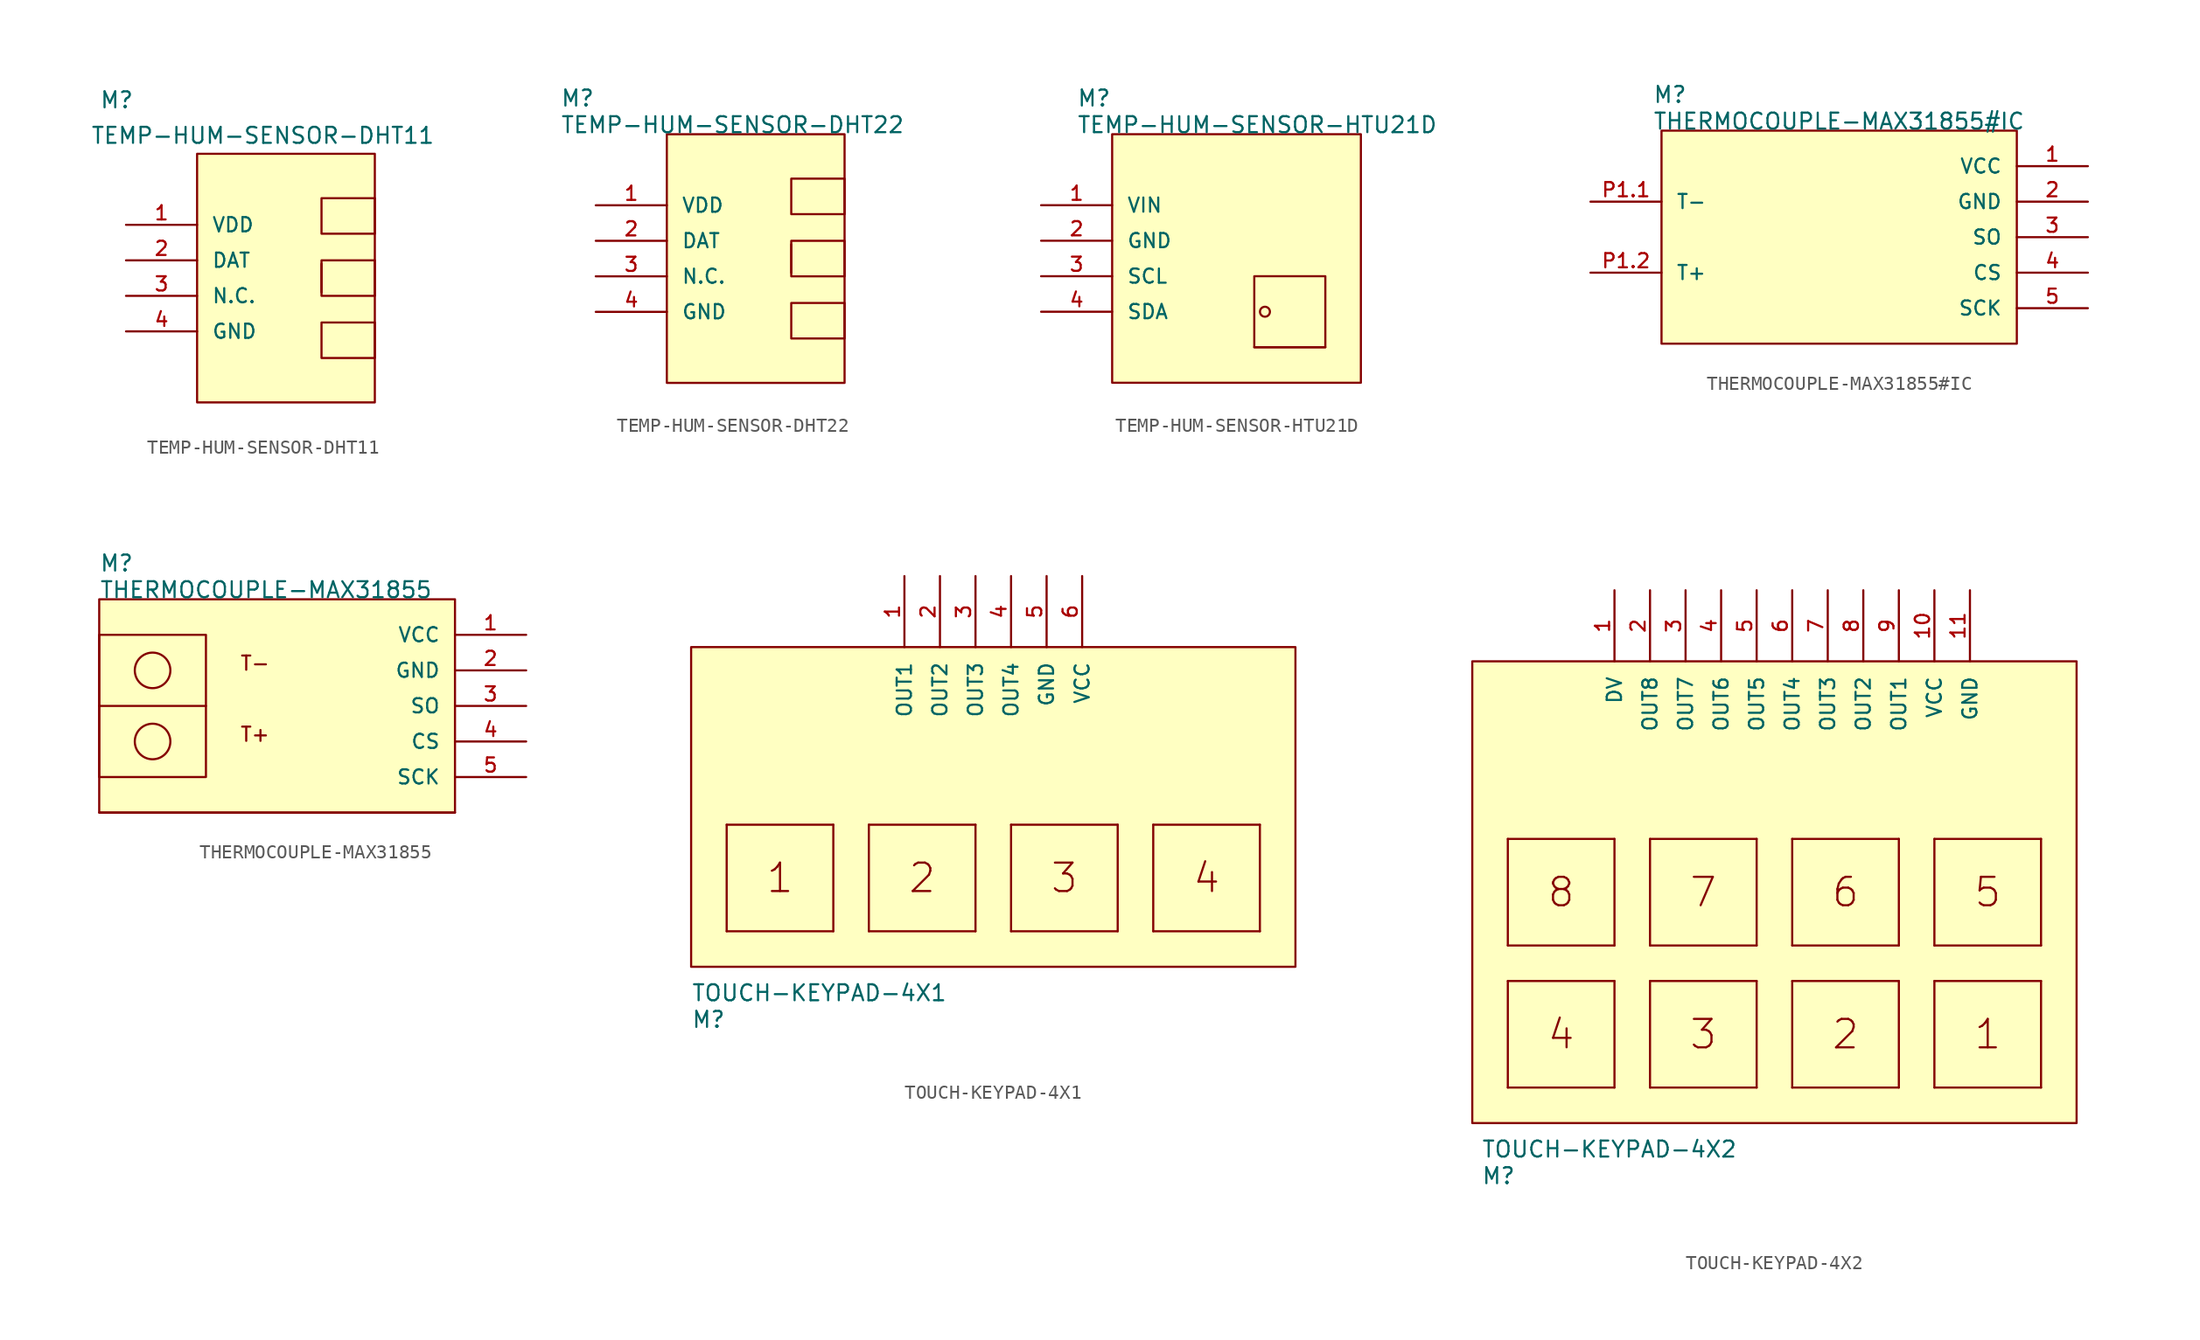
<source format=kicad_sym>
(kicad_symbol_lib
  (version 20211014)
  (generator kicad_symbol_editor)
  (symbol "TEMP-HUM-SENSOR-DHT11"
    (pin_names
      (offset 1.016))
    (property "Reference" "M"
      (at -6.985 12.065 0)
      (effects (font (size 1.143 1.143)) (justify left bottom)))
    (property "Value" "TEMP-HUM-SENSOR-DHT11"
      (at -7.62 9.525 0)
      (effects (font (size 1.143 1.143)) (justify left bottom)))
    (property "ki_locked" ""
      (at 0 0 0)
      (effects (font (size 1.27 1.27))))
    (symbol "TEMP-HUM-SENSOR-DHT11_1_0"
      (polyline (pts (xy 8.89 1.016) (xy 8.89 -1.016)) (stroke (width 0) (type default) (color 0 0 0 0)) (fill (type none)))
      (rectangle (start 0 8.89) (end 12.7 -8.89) (stroke (width 0) (type default) (color 0 0 0 0)) (fill (type background)))
      (rectangle (start 8.89 -3.175) (end 12.7 -5.715) (stroke (width 0) (type default) (color 0 0 0 0)) (fill (type none)))
      (rectangle (start 8.89 1.27) (end 12.7 -1.27) (stroke (width 0) (type default) (color 0 0 0 0)) (fill (type none)))
      (rectangle (start 8.89 5.715) (end 12.7 3.175) (stroke (width 0) (type default) (color 0 0 0 0)) (fill (type none))))
    (symbol "TEMP-HUM-SENSOR-DHT11_1_1"
      (pin power_in line (at -5.08 3.81 0) (length 5.08) (name "VDD" (effects (font (size 1.016 1.016)))) (number "1" (effects (font (size 1.016 1.016)))))
      (pin bidirectional line (at -5.08 1.27 0) (length 5.08) (name "DAT" (effects (font (size 1.016 1.016)))) (number "2" (effects (font (size 1.016 1.016)))))
      (pin passive line (at -5.08 -1.27 0) (length 5.08) (name "N.C." (effects (font (size 1.016 1.016)))) (number "3" (effects (font (size 1.016 1.016)))))
      (pin power_in line (at -5.08 -3.81 0) (length 5.08) (name "GND" (effects (font (size 1.016 1.016)))) (number "4" (effects (font (size 1.016 1.016)))))))
  (symbol "TEMP-HUM-SENSOR-DHT22"
    (pin_names
      (offset 1.016))
    (property "Reference" "M"
      (at -7.62 10.795 0)
      (effects (font (size 1.143 1.143)) (justify left bottom)))
    (property "Value" "TEMP-HUM-SENSOR-DHT22"
      (at -7.62 8.89 0)
      (effects (font (size 1.143 1.143)) (justify left bottom)))
    (property "ki_locked" ""
      (at 0 0 0)
      (effects (font (size 1.27 1.27))))
    (symbol "TEMP-HUM-SENSOR-DHT22_1_0"
      (polyline (pts (xy 8.89 1.016) (xy 8.89 -1.016)) (stroke (width 0) (type default) (color 0 0 0 0)) (fill (type none)))
      (rectangle (start 0 8.89) (end 12.7 -8.89) (stroke (width 0) (type default) (color 0 0 0 0)) (fill (type background)))
      (rectangle (start 8.89 -3.175) (end 12.7 -5.715) (stroke (width 0) (type default) (color 0 0 0 0)) (fill (type none)))
      (rectangle (start 8.89 1.27) (end 12.7 -1.27) (stroke (width 0) (type default) (color 0 0 0 0)) (fill (type none)))
      (rectangle (start 8.89 5.715) (end 12.7 3.175) (stroke (width 0) (type default) (color 0 0 0 0)) (fill (type none))))
    (symbol "TEMP-HUM-SENSOR-DHT22_1_1"
      (pin power_in line (at -5.08 3.81 0) (length 5.08) (name "VDD" (effects (font (size 1.016 1.016)))) (number "1" (effects (font (size 1.016 1.016)))))
      (pin bidirectional line (at -5.08 1.27 0) (length 5.08) (name "DAT" (effects (font (size 1.016 1.016)))) (number "2" (effects (font (size 1.016 1.016)))))
      (pin passive line (at -5.08 -1.27 0) (length 5.08) (name "N.C." (effects (font (size 1.016 1.016)))) (number "3" (effects (font (size 1.016 1.016)))))
      (pin power_in line (at -5.08 -3.81 0) (length 5.08) (name "GND" (effects (font (size 1.016 1.016)))) (number "4" (effects (font (size 1.016 1.016)))))))
  (symbol "TEMP-HUM-SENSOR-HTU21D"
    (pin_names
      (offset 1.016))
    (property "Reference" "M"
      (at -2.54 10.795 0)
      (effects (font (size 1.143 1.143)) (justify left bottom)))
    (property "Value" "TEMP-HUM-SENSOR-HTU21D"
      (at -2.54 8.89 0)
      (effects (font (size 1.143 1.143)) (justify left bottom)))
    (property "ki_locked" ""
      (at 0 0 0)
      (effects (font (size 1.27 1.27))))
    (symbol "TEMP-HUM-SENSOR-HTU21D_1_0"
      (polyline (pts (xy 10.16 -6.35) (xy 15.24 -6.35)) (stroke (width 0) (type default) (color 0 0 0 0)) (fill (type none))))
    (symbol "TEMP-HUM-SENSOR-HTU21D_1_1"
      (rectangle (start 0 -8.89) (end 17.78 8.89) (stroke (width 0) (type default) (color 0 0 0 0)) (fill (type background)))
      (rectangle (start 10.16 -6.35) (end 15.24 -1.27) (stroke (width 0) (type default) (color 0 0 0 0)) (fill (type none)))
      (circle (center 10.922 -3.81) (radius 0.356) (stroke (width 0) (type default) (color 0 0 0 0)) (fill (type none)))
      (pin power_in line (at -5.08 3.81 0) (length 5.08) (name "VIN" (effects (font (size 1.016 1.016)))) (number "1" (effects (font (size 1.016 1.016)))))
      (pin power_in line (at -5.08 1.27 0) (length 5.08) (name "GND" (effects (font (size 1.016 1.016)))) (number "2" (effects (font (size 1.016 1.016)))))
      (pin bidirectional line (at -5.08 -1.27 0) (length 5.08) (name "SCL" (effects (font (size 1.016 1.016)))) (number "3" (effects (font (size 1.016 1.016)))))
      (pin bidirectional line (at -5.08 -3.81 0) (length 5.08) (name "SDA" (effects (font (size 1.016 1.016)))) (number "4" (effects (font (size 1.016 1.016)))))))
  (symbol "THERMOCOUPLE-MAX31855#IC"
    (pin_names
      (offset 1.016))
    (property "Reference" "M"
      (at -13.335 9.525 0)
      (effects (font (size 1.143 1.143)) (justify left bottom)))
    (property "Value" "THERMOCOUPLE-MAX31855#IC"
      (at -13.335 7.62 0)
      (effects (font (size 1.143 1.143)) (justify left bottom)))
    (property "ki_locked" ""
      (at 0 0 0)
      (effects (font (size 1.27 1.27))))
    (symbol "THERMOCOUPLE-MAX31855#IC_1_1"
      (rectangle (start -12.7 7.62) (end 12.7 -7.62) (stroke (width 0) (type default) (color 0 0 0 0)) (fill (type background)))
      (pin power_in line (at 17.78 5.08 180) (length 5.08) (name "VCC" (effects (font (size 1.016 1.016)))) (number "1" (effects (font (size 1.016 1.016)))))
      (pin output line (at 17.78 2.54 180) (length 5.08) (name "GND" (effects (font (size 1.016 1.016)))) (number "2" (effects (font (size 1.016 1.016)))))
      (pin bidirectional line (at 17.78 0 180) (length 5.08) (name "SO" (effects (font (size 1.016 1.016)))) (number "3" (effects (font (size 1.016 1.016)))))
      (pin bidirectional line (at 17.78 -2.54 180) (length 5.08) (name "CS" (effects (font (size 1.016 1.016)))) (number "4" (effects (font (size 1.016 1.016)))))
      (pin bidirectional line (at 17.78 -5.08 180) (length 5.08) (name "SCK" (effects (font (size 1.016 1.016)))) (number "5" (effects (font (size 1.016 1.016)))))
      (pin bidirectional line (at -17.78 2.54 0) (length 5.08) (name "T-" (effects (font (size 1.016 1.016)))) (number "P1.1" (effects (font (size 1.016 1.016)))))
      (pin bidirectional line (at -17.78 -2.54 0) (length 5.08) (name "T+" (effects (font (size 1.016 1.016)))) (number "P1.2" (effects (font (size 1.016 1.016)))))))
  (symbol "THERMOCOUPLE-MAX31855"
    (pin_names
      (offset 1.016))
    (property "Reference" "M"
      (at -12.7 9.525 0)
      (effects (font (size 1.143 1.143)) (justify left bottom)))
    (property "Value" "THERMOCOUPLE-MAX31855"
      (at -12.7 7.62 0)
      (effects (font (size 1.143 1.143)) (justify left bottom)))
    (property "ki_locked" ""
      (at 0 0 0)
      (effects (font (size 1.27 1.27))))
    (symbol "THERMOCOUPLE-MAX31855_1_0"
      (polyline (pts (xy -12.7 0) (xy -5.08 0)) (stroke (width 0) (type default) (color 0 0 0 0)) (fill (type none)))
      (polyline (pts (xy 12.7 -7.62) (xy -12.7 -7.62)) (stroke (width 0) (type default) (color 0 0 0 0)) (fill (type none)))
      (text "T+" (at -1.575 -2.032 0) (effects (font (size 1.016 1.016))))
      (text "T-" (at -1.575 3.048 0) (effects (font (size 1.016 1.016)))))
    (symbol "THERMOCOUPLE-MAX31855_1_1"
      (rectangle (start -12.7 -7.62) (end 12.7 7.62) (stroke (width 0) (type default) (color 0 0 0 0)) (fill (type background)))
      (rectangle (start -12.7 5.08) (end -5.08 -5.08) (stroke (width 0) (type default) (color 0 0 0 0)) (fill (type none)))
      (circle (center -8.89 -2.54) (radius 1.27) (stroke (width 0) (type default) (color 0 0 0 0)) (fill (type none)))
      (circle (center -8.89 2.54) (radius 1.27) (stroke (width 0) (type default) (color 0 0 0 0)) (fill (type none)))
      (pin power_in line (at 17.78 5.08 180) (length 5.08) (name "VCC" (effects (font (size 1.016 1.016)))) (number "1" (effects (font (size 1.016 1.016)))))
      (pin output line (at 17.78 2.54 180) (length 5.08) (name "GND" (effects (font (size 1.016 1.016)))) (number "2" (effects (font (size 1.016 1.016)))))
      (pin bidirectional line (at 17.78 0 180) (length 5.08) (name "SO" (effects (font (size 1.016 1.016)))) (number "3" (effects (font (size 1.016 1.016)))))
      (pin bidirectional line (at 17.78 -2.54 180) (length 5.08) (name "CS" (effects (font (size 1.016 1.016)))) (number "4" (effects (font (size 1.016 1.016)))))
      (pin bidirectional line (at 17.78 -5.08 180) (length 5.08) (name "SCK" (effects (font (size 1.016 1.016)))) (number "5" (effects (font (size 1.016 1.016)))))))
  (symbol "TOUCH-KEYPAD-4X1"
    (pin_names
      (offset 1.016))
    (property "Reference" "M"
      (at -22.86 -17.145 0)
      (effects (font (size 1.143 1.143)) (justify left bottom)))
    (property "Value" "TOUCH-KEYPAD-4X1"
      (at -22.86 -15.24 0)
      (effects (font (size 1.143 1.143)) (justify left bottom)))
    (property "ki_locked" ""
      (at 0 0 0)
      (effects (font (size 1.27 1.27))))
    (symbol "TOUCH-KEYPAD-4X1_1_0"
      (polyline (pts (xy -20.32 -10.16) (xy -20.32 -2.54)) (stroke (width 0) (type default) (color 0 0 0 0)) (fill (type none)))
      (polyline (pts (xy -20.32 -2.54) (xy -12.7 -2.54)) (stroke (width 0) (type default) (color 0 0 0 0)) (fill (type none)))
      (polyline (pts (xy -12.7 -10.16) (xy -20.32 -10.16)) (stroke (width 0) (type default) (color 0 0 0 0)) (fill (type none)))
      (polyline (pts (xy -12.7 -2.54) (xy -12.7 -10.16)) (stroke (width 0) (type default) (color 0 0 0 0)) (fill (type none)))
      (polyline (pts (xy -10.16 -10.16) (xy -10.16 -2.54)) (stroke (width 0) (type default) (color 0 0 0 0)) (fill (type none)))
      (polyline (pts (xy -10.16 -2.54) (xy -2.54 -2.54)) (stroke (width 0) (type default) (color 0 0 0 0)) (fill (type none)))
      (polyline (pts (xy -2.54 -10.16) (xy -10.16 -10.16)) (stroke (width 0) (type default) (color 0 0 0 0)) (fill (type none)))
      (polyline (pts (xy -2.54 -2.54) (xy -2.54 -10.16)) (stroke (width 0) (type default) (color 0 0 0 0)) (fill (type none)))
      (polyline (pts (xy 0 -10.16) (xy 0 -2.54)) (stroke (width 0) (type default) (color 0 0 0 0)) (fill (type none)))
      (polyline (pts (xy 0 -2.54) (xy 7.62 -2.54)) (stroke (width 0) (type default) (color 0 0 0 0)) (fill (type none)))
      (polyline (pts (xy 7.62 -10.16) (xy 0 -10.16)) (stroke (width 0) (type default) (color 0 0 0 0)) (fill (type none)))
      (polyline (pts (xy 7.62 -2.54) (xy 7.62 -10.16)) (stroke (width 0) (type default) (color 0 0 0 0)) (fill (type none)))
      (polyline (pts (xy 10.16 -10.16) (xy 10.16 -2.54)) (stroke (width 0) (type default) (color 0 0 0 0)) (fill (type none)))
      (polyline (pts (xy 10.16 -2.54) (xy 17.78 -2.54)) (stroke (width 0) (type default) (color 0 0 0 0)) (fill (type none)))
      (polyline (pts (xy 17.78 -10.16) (xy 10.16 -10.16)) (stroke (width 0) (type default) (color 0 0 0 0)) (fill (type none)))
      (polyline (pts (xy 17.78 -2.54) (xy 17.78 -10.16)) (stroke (width 0) (type default) (color 0 0 0 0)) (fill (type none)))
      (text "1" (at -16.51 -6.35 0) (effects (font (size 2.032 2.032))))
      (text "2" (at -6.35 -6.35 0) (effects (font (size 2.032 2.032))))
      (text "3" (at 3.81 -6.35 0) (effects (font (size 2.032 2.032))))
      (text "4" (at 13.97 -6.35 0) (effects (font (size 2.032 2.032)))))
    (symbol "TOUCH-KEYPAD-4X1_1_1"
      (rectangle (start -22.86 -12.7) (end 20.32 10.16) (stroke (width 0) (type default) (color 0 0 0 0)) (fill (type background)))
      (pin bidirectional line (at -7.62 15.24 270) (length 5.08) (name "OUT1" (effects (font (size 1.016 1.016)))) (number "1" (effects (font (size 1.016 1.016)))))
      (pin bidirectional line (at -5.08 15.24 270) (length 5.08) (name "OUT2" (effects (font (size 1.016 1.016)))) (number "2" (effects (font (size 1.016 1.016)))))
      (pin bidirectional line (at -2.54 15.24 270) (length 5.08) (name "OUT3" (effects (font (size 1.016 1.016)))) (number "3" (effects (font (size 1.016 1.016)))))
      (pin bidirectional line (at 0 15.24 270) (length 5.08) (name "OUT4" (effects (font (size 1.016 1.016)))) (number "4" (effects (font (size 1.016 1.016)))))
      (pin power_in line (at 2.54 15.24 270) (length 5.08) (name "GND" (effects (font (size 1.016 1.016)))) (number "5" (effects (font (size 1.016 1.016)))))
      (pin power_in line (at 5.08 15.24 270) (length 5.08) (name "VCC" (effects (font (size 1.016 1.016)))) (number "6" (effects (font (size 1.016 1.016)))))))
  (symbol "TOUCH-KEYPAD-4X2"
    (pin_names
      (offset 1.016))
    (property "Reference" "M"
      (at -22.225 -22.225 0)
      (effects (font (size 1.143 1.143)) (justify left bottom)))
    (property "Value" "TOUCH-KEYPAD-4X2"
      (at -22.225 -20.32 0)
      (effects (font (size 1.143 1.143)) (justify left bottom)))
    (property "ki_locked" ""
      (at 0 0 0)
      (effects (font (size 1.27 1.27))))
    (symbol "TOUCH-KEYPAD-4X2_1_0"
      (polyline (pts (xy -20.32 -15.24) (xy -20.32 -7.62)) (stroke (width 0) (type default) (color 0 0 0 0)) (fill (type none)))
      (polyline (pts (xy -20.32 -7.62) (xy -12.7 -7.62)) (stroke (width 0) (type default) (color 0 0 0 0)) (fill (type none)))
      (polyline (pts (xy -20.32 -5.08) (xy -20.32 2.54)) (stroke (width 0) (type default) (color 0 0 0 0)) (fill (type none)))
      (polyline (pts (xy -20.32 2.54) (xy -12.7 2.54)) (stroke (width 0) (type default) (color 0 0 0 0)) (fill (type none)))
      (polyline (pts (xy -12.7 -15.24) (xy -20.32 -15.24)) (stroke (width 0) (type default) (color 0 0 0 0)) (fill (type none)))
      (polyline (pts (xy -12.7 -7.62) (xy -12.7 -15.24)) (stroke (width 0) (type default) (color 0 0 0 0)) (fill (type none)))
      (polyline (pts (xy -12.7 -5.08) (xy -20.32 -5.08)) (stroke (width 0) (type default) (color 0 0 0 0)) (fill (type none)))
      (polyline (pts (xy -12.7 2.54) (xy -12.7 -5.08)) (stroke (width 0) (type default) (color 0 0 0 0)) (fill (type none)))
      (polyline (pts (xy -10.16 -15.24) (xy -10.16 -7.62)) (stroke (width 0) (type default) (color 0 0 0 0)) (fill (type none)))
      (polyline (pts (xy -10.16 -7.62) (xy -2.54 -7.62)) (stroke (width 0) (type default) (color 0 0 0 0)) (fill (type none)))
      (polyline (pts (xy -10.16 -5.08) (xy -10.16 2.54)) (stroke (width 0) (type default) (color 0 0 0 0)) (fill (type none)))
      (polyline (pts (xy -10.16 2.54) (xy -2.54 2.54)) (stroke (width 0) (type default) (color 0 0 0 0)) (fill (type none)))
      (polyline (pts (xy -2.54 -15.24) (xy -10.16 -15.24)) (stroke (width 0) (type default) (color 0 0 0 0)) (fill (type none)))
      (polyline (pts (xy -2.54 -7.62) (xy -2.54 -15.24)) (stroke (width 0) (type default) (color 0 0 0 0)) (fill (type none)))
      (polyline (pts (xy -2.54 -5.08) (xy -10.16 -5.08)) (stroke (width 0) (type default) (color 0 0 0 0)) (fill (type none)))
      (polyline (pts (xy -2.54 2.54) (xy -2.54 -5.08)) (stroke (width 0) (type default) (color 0 0 0 0)) (fill (type none)))
      (polyline (pts (xy 0 -15.24) (xy 0 -7.62)) (stroke (width 0) (type default) (color 0 0 0 0)) (fill (type none)))
      (polyline (pts (xy 0 -7.62) (xy 7.62 -7.62)) (stroke (width 0) (type default) (color 0 0 0 0)) (fill (type none)))
      (polyline (pts (xy 0 -5.08) (xy 0 2.54)) (stroke (width 0) (type default) (color 0 0 0 0)) (fill (type none)))
      (polyline (pts (xy 0 2.54) (xy 7.62 2.54)) (stroke (width 0) (type default) (color 0 0 0 0)) (fill (type none)))
      (polyline (pts (xy 7.62 -15.24) (xy 0 -15.24)) (stroke (width 0) (type default) (color 0 0 0 0)) (fill (type none)))
      (polyline (pts (xy 7.62 -7.62) (xy 7.62 -15.24)) (stroke (width 0) (type default) (color 0 0 0 0)) (fill (type none)))
      (polyline (pts (xy 7.62 -5.08) (xy 0 -5.08)) (stroke (width 0) (type default) (color 0 0 0 0)) (fill (type none)))
      (polyline (pts (xy 7.62 2.54) (xy 7.62 -5.08)) (stroke (width 0) (type default) (color 0 0 0 0)) (fill (type none)))
      (polyline (pts (xy 10.16 -15.24) (xy 10.16 -7.62)) (stroke (width 0) (type default) (color 0 0 0 0)) (fill (type none)))
      (polyline (pts (xy 10.16 -7.62) (xy 17.78 -7.62)) (stroke (width 0) (type default) (color 0 0 0 0)) (fill (type none)))
      (polyline (pts (xy 10.16 -5.08) (xy 10.16 2.54)) (stroke (width 0) (type default) (color 0 0 0 0)) (fill (type none)))
      (polyline (pts (xy 10.16 2.54) (xy 17.78 2.54)) (stroke (width 0) (type default) (color 0 0 0 0)) (fill (type none)))
      (polyline (pts (xy 17.78 -15.24) (xy 10.16 -15.24)) (stroke (width 0) (type default) (color 0 0 0 0)) (fill (type none)))
      (polyline (pts (xy 17.78 -7.62) (xy 17.78 -15.24)) (stroke (width 0) (type default) (color 0 0 0 0)) (fill (type none)))
      (polyline (pts (xy 17.78 -5.08) (xy 10.16 -5.08)) (stroke (width 0) (type default) (color 0 0 0 0)) (fill (type none)))
      (polyline (pts (xy 17.78 2.54) (xy 17.78 -5.08)) (stroke (width 0) (type default) (color 0 0 0 0)) (fill (type none)))
      (text "1" (at 13.97 -11.43 0) (effects (font (size 2.032 2.032))))
      (text "2" (at 3.81 -11.43 0) (effects (font (size 2.032 2.032))))
      (text "3" (at -6.35 -11.43 0) (effects (font (size 2.032 2.032))))
      (text "4" (at -16.51 -11.43 0) (effects (font (size 2.032 2.032))))
      (text "5" (at 13.97 -1.27 0) (effects (font (size 2.032 2.032))))
      (text "6" (at 3.81 -1.27 0) (effects (font (size 2.032 2.032))))
      (text "7" (at -6.35 -1.27 0) (effects (font (size 2.032 2.032))))
      (text "8" (at -16.51 -1.27 0) (effects (font (size 2.032 2.032)))))
    (symbol "TOUCH-KEYPAD-4X2_1_1"
      (rectangle (start -22.86 15.24) (end 20.32 -17.78) (stroke (width 0) (type default) (color 0 0 0 0)) (fill (type background)))
      (pin bidirectional line (at -12.7 20.32 270) (length 5.08) (name "DV" (effects (font (size 1.016 1.016)))) (number "1" (effects (font (size 1.016 1.016)))))
      (pin power_in line (at 10.16 20.32 270) (length 5.08) (name "VCC" (effects (font (size 1.016 1.016)))) (number "10" (effects (font (size 1.016 1.016)))))
      (pin power_in line (at 12.7 20.32 270) (length 5.08) (name "GND" (effects (font (size 1.016 1.016)))) (number "11" (effects (font (size 1.016 1.016)))))
      (pin bidirectional line (at -10.16 20.32 270) (length 5.08) (name "OUT8" (effects (font (size 1.016 1.016)))) (number "2" (effects (font (size 1.016 1.016)))))
      (pin bidirectional line (at -7.62 20.32 270) (length 5.08) (name "OUT7" (effects (font (size 1.016 1.016)))) (number "3" (effects (font (size 1.016 1.016)))))
      (pin bidirectional line (at -5.08 20.32 270) (length 5.08) (name "OUT6" (effects (font (size 1.016 1.016)))) (number "4" (effects (font (size 1.016 1.016)))))
      (pin bidirectional line (at -2.54 20.32 270) (length 5.08) (name "OUT5" (effects (font (size 1.016 1.016)))) (number "5" (effects (font (size 1.016 1.016)))))
      (pin bidirectional line (at 0 20.32 270) (length 5.08) (name "OUT4" (effects (font (size 1.016 1.016)))) (number "6" (effects (font (size 1.016 1.016)))))
      (pin bidirectional line (at 2.54 20.32 270) (length 5.08) (name "OUT3" (effects (font (size 1.016 1.016)))) (number "7" (effects (font (size 1.016 1.016)))))
      (pin bidirectional line (at 5.08 20.32 270) (length 5.08) (name "OUT2" (effects (font (size 1.016 1.016)))) (number "8" (effects (font (size 1.016 1.016)))))
      (pin bidirectional line (at 7.62 20.32 270) (length 5.08) (name "OUT1" (effects (font (size 1.016 1.016)))) (number "9" (effects (font (size 1.016 1.016))))))))
</source>
